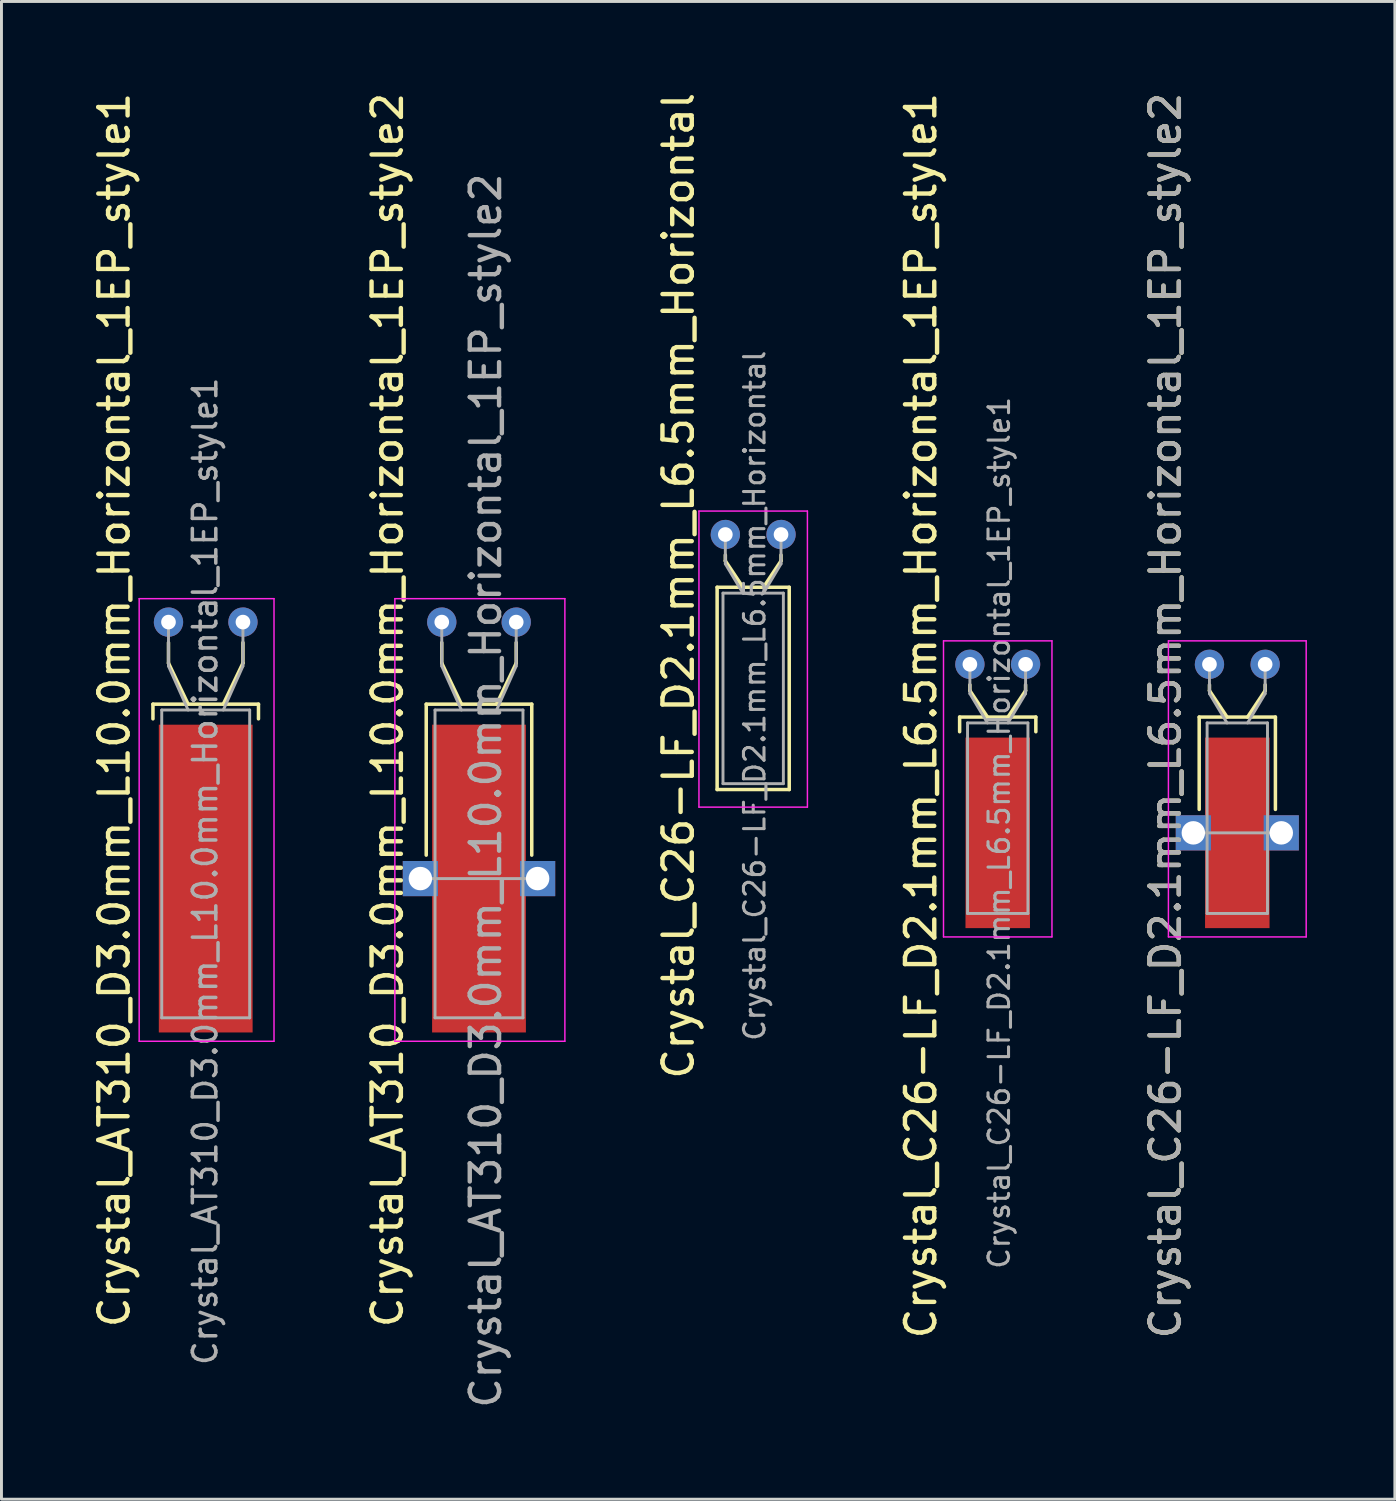
<source format=kicad_pcb>
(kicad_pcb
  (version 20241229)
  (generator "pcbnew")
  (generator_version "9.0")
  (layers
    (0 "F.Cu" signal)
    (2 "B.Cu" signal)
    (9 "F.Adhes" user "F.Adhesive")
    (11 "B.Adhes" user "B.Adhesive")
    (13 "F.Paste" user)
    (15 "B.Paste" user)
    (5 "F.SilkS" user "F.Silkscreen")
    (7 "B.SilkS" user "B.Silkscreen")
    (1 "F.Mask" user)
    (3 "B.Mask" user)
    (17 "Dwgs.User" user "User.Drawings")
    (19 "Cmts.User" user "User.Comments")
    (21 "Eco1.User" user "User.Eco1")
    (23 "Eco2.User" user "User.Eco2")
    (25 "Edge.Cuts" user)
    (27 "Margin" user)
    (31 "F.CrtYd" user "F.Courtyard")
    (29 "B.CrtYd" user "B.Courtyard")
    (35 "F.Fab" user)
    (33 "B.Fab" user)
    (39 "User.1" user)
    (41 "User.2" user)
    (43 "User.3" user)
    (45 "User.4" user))
  (footprint "Crystal_C26-LF_D2.1mm_L6.5mm_Horizontal_1EP_style1"
    (layer "F.Cu")
    (at 30.038 19.613)
    (property "Reference" "Crystal_C26-LF_D2.1mm_L6.5mm_Horizontal_1EP_style1" (at -1.67 1.75 90) (layer "F.SilkS") (effects (font (size 1 1) (thickness 0.15))))
    (attr through_hole)
    (fp_line (start -0.35 1.8) (end 2.25 1.8) (stroke (width 0.12) (type solid)) (layer "F.SilkS"))
    (fp_line (start -0.35 2.3) (end -0.35 1.8) (stroke (width 0.12) (type solid)) (layer "F.SilkS"))
    (fp_line (start 0 0.9) (end 0 0.7) (stroke (width 0.12) (type solid)) (layer "F.SilkS"))
    (fp_line (start 0.6 1.8) (end 0 0.9) (stroke (width 0.12) (type solid)) (layer "F.SilkS"))
    (fp_line (start 1.3 1.8) (end 1.9 0.9) (stroke (width 0.12) (type solid)) (layer "F.SilkS"))
    (fp_line (start 1.9 0.9) (end 1.9 0.7) (stroke (width 0.12) (type solid)) (layer "F.SilkS"))
    (fp_line (start 2.25 1.8) (end 2.25 2.3) (stroke (width 0.12) (type solid)) (layer "F.SilkS"))
    (fp_line (start -0.9 -0.8) (end -0.9 9.3) (stroke (width 0.05) (type solid)) (layer "F.CrtYd"))
    (fp_line (start -0.9 9.3) (end 2.8 9.3) (stroke (width 0.05) (type solid)) (layer "F.CrtYd"))
    (fp_line (start 2.8 -0.8) (end -0.9 -0.8) (stroke (width 0.05) (type solid)) (layer "F.CrtYd"))
    (fp_line (start 2.8 9.3) (end 2.8 -0.8) (stroke (width 0.05) (type solid)) (layer "F.CrtYd"))
    (fp_line (start -0.08 2) (end -0.08 8.5) (stroke (width 0.1) (type solid)) (layer "F.Fab"))
    (fp_line (start -0.08 8.5) (end 1.98 8.5) (stroke (width 0.1) (type solid)) (layer "F.Fab"))
    (fp_line (start 0 1) (end 0 0) (stroke (width 0.1) (type solid)) (layer "F.Fab"))
    (fp_line (start 0.6 2) (end 0 1) (stroke (width 0.1) (type solid)) (layer "F.Fab"))
    (fp_line (start 1.3 2) (end 1.9 1) (stroke (width 0.1) (type solid)) (layer "F.Fab"))
    (fp_line (start 1.9 1) (end 1.9 0) (stroke (width 0.1) (type solid)) (layer "F.Fab"))
    (fp_line (start 1.98 2) (end -0.08 2) (stroke (width 0.1) (type solid)) (layer "F.Fab"))
    (fp_line (start 1.98 8.5) (end 1.98 2) (stroke (width 0.1) (type solid)) (layer "F.Fab"))
    (fp_text user "${REFERENCE}" (at 1 5.75 90) (layer "F.Fab") (effects (font (size 0.7 0.7) (thickness 0.105))))
    (pad "1" thru_hole circle (at 0 0) (size 1 1) (drill 0.5) (layers "*.Cu" "*.Mask"))
    (pad "2" thru_hole circle (at 1.9 0) (size 1 1) (drill 0.5) (layers "*.Cu" "*.Mask"))
    (pad "3" smd rect (at 0.95 5.75) (size 2.2 6.5) (layers "F.Cu" "F.Mask" "F.Paste")))
  (footprint "Crystal_AT310_D3.0mm_L10.0mm_Horizontal_1EP_style2"
    (layer "F.Cu")
    (at 12.021 18.173)
    (property "Reference" "Crystal_AT310_D3.0mm_L10.0mm_Horizontal_1EP_style2" (at -1.85 3 90) (layer "F.SilkS") (effects (font (size 1 1) (thickness 0.15))))
    (attr through_hole)
    (fp_line (start -0.53 2.8) (end 3.07 2.8) (stroke (width 0.12) (type solid)) (layer "F.SilkS"))
    (fp_line (start -0.53 7.95) (end -0.53 2.8) (stroke (width 0.12) (type solid)) (layer "F.SilkS"))
    (fp_line (start 0 1.4) (end 0 0.7) (stroke (width 0.12) (type solid)) (layer "F.SilkS"))
    (fp_line (start 0.67 2.8) (end 0 1.4) (stroke (width 0.12) (type solid)) (layer "F.SilkS"))
    (fp_line (start 1.87 2.8) (end 2.54 1.4) (stroke (width 0.12) (type solid)) (layer "F.SilkS"))
    (fp_line (start 2.54 1.4) (end 2.54 0.7) (stroke (width 0.12) (type solid)) (layer "F.SilkS"))
    (fp_line (start 3.07 2.8) (end 3.07 7.95) (stroke (width 0.12) (type solid)) (layer "F.SilkS"))
    (fp_line (start -1.6 -0.8) (end -1.6 14.3) (stroke (width 0.05) (type solid)) (layer "F.CrtYd"))
    (fp_line (start -1.6 14.3) (end 4.2 14.3) (stroke (width 0.05) (type solid)) (layer "F.CrtYd"))
    (fp_line (start 4.2 -0.8) (end -1.6 -0.8) (stroke (width 0.05) (type solid)) (layer "F.CrtYd"))
    (fp_line (start 4.2 14.3) (end 4.2 -0.8) (stroke (width 0.05) (type solid)) (layer "F.CrtYd"))
    (fp_line (start -0.73 8.75) (end 3.27 8.75) (stroke (width 0.1) (type solid)) (layer "F.Fab"))
    (fp_line (start -0.23 3) (end -0.23 13.5) (stroke (width 0.1) (type solid)) (layer "F.Fab"))
    (fp_line (start -0.23 13.5) (end 2.77 13.5) (stroke (width 0.1) (type solid)) (layer "F.Fab"))
    (fp_line (start 0 1.5) (end 0 0) (stroke (width 0.1) (type solid)) (layer "F.Fab"))
    (fp_line (start 0.67 3) (end 0 1.5) (stroke (width 0.1) (type solid)) (layer "F.Fab"))
    (fp_line (start 1.87 3) (end 2.54 1.5) (stroke (width 0.1) (type solid)) (layer "F.Fab"))
    (fp_line (start 2.54 1.5) (end 2.54 0) (stroke (width 0.1) (type solid)) (layer "F.Fab"))
    (fp_line (start 2.77 3) (end -0.23 3) (stroke (width 0.1) (type solid)) (layer "F.Fab"))
    (fp_line (start 2.77 13.5) (end 2.77 3) (stroke (width 0.1) (type solid)) (layer "F.Fab"))
    (fp_text user "${REFERENCE}" (at 1.5 5.75 90) (layer "F.Fab") (effects (font (size 1 1) (thickness 0.15))))
    (pad "1" thru_hole circle (at 0 0) (size 1 1) (drill 0.5) (layers "*.Cu" "*.Mask"))
    (pad "2" thru_hole circle (at 2.54 0) (size 1 1) (drill 0.5) (layers "*.Cu" "*.Mask"))
    (pad "3" thru_hole rect (at -0.73 8.75) (size 1.2 1.2) (drill 0.8) (layers "*.Cu" "*.Mask"))
    (pad "3" smd rect (at 1.27 8.75) (size 3.2 10.5) (layers "F.Cu" "F.Mask" "F.Paste"))
    (pad "3" thru_hole rect (at 3.27 8.75) (size 1.2 1.2) (drill 0.8) (layers "*.Cu" "*.Mask")))
  (footprint "Crystal_C26-LF_D2.1mm_L6.5mm_Horizontal"
    (layer "F.Cu")
    (at 21.695 15.185)
    (property "Reference" "Crystal_C26-LF_D2.1mm_L6.5mm_Horizontal" (at -1.6 1.75 90) (layer "F.SilkS") (effects (font (size 1 1) (thickness 0.15))))
    (attr through_hole)
    (fp_line (start -0.28 1.8) (end -0.28 8.7) (stroke (width 0.12) (type solid)) (layer "F.SilkS"))
    (fp_line (start -0.28 8.7) (end 2.18 8.7) (stroke (width 0.12) (type solid)) (layer "F.SilkS"))
    (fp_line (start 0 0.9) (end 0 0.7) (stroke (width 0.12) (type solid)) (layer "F.SilkS"))
    (fp_line (start 0.6 1.8) (end 0 0.9) (stroke (width 0.12) (type solid)) (layer "F.SilkS"))
    (fp_line (start 1.3 1.8) (end 1.9 0.9) (stroke (width 0.12) (type solid)) (layer "F.SilkS"))
    (fp_line (start 1.9 0.9) (end 1.9 0.7) (stroke (width 0.12) (type solid)) (layer "F.SilkS"))
    (fp_line (start 2.18 1.8) (end -0.28 1.8) (stroke (width 0.12) (type solid)) (layer "F.SilkS"))
    (fp_line (start 2.18 8.7) (end 2.18 1.8) (stroke (width 0.12) (type solid)) (layer "F.SilkS"))
    (fp_line (start -0.9 -0.8) (end -0.9 9.3) (stroke (width 0.05) (type solid)) (layer "F.CrtYd"))
    (fp_line (start -0.9 9.3) (end 2.8 9.3) (stroke (width 0.05) (type solid)) (layer "F.CrtYd"))
    (fp_line (start 2.8 -0.8) (end -0.9 -0.8) (stroke (width 0.05) (type solid)) (layer "F.CrtYd"))
    (fp_line (start 2.8 9.3) (end 2.8 -0.8) (stroke (width 0.05) (type solid)) (layer "F.CrtYd"))
    (fp_line (start -0.08 2) (end -0.08 8.5) (stroke (width 0.1) (type solid)) (layer "F.Fab"))
    (fp_line (start -0.08 8.5) (end 1.98 8.5) (stroke (width 0.1) (type solid)) (layer "F.Fab"))
    (fp_line (start 0 1) (end 0 0) (stroke (width 0.1) (type solid)) (layer "F.Fab"))
    (fp_line (start 0.6 2) (end 0 1) (stroke (width 0.1) (type solid)) (layer "F.Fab"))
    (fp_line (start 1.3 2) (end 1.9 1) (stroke (width 0.1) (type solid)) (layer "F.Fab"))
    (fp_line (start 1.9 1) (end 1.9 0) (stroke (width 0.1) (type solid)) (layer "F.Fab"))
    (fp_line (start 1.98 2) (end -0.08 2) (stroke (width 0.1) (type solid)) (layer "F.Fab"))
    (fp_line (start 1.98 8.5) (end 1.98 2) (stroke (width 0.1) (type solid)) (layer "F.Fab"))
    (fp_text user "${REFERENCE}" (at 1 5.5 90) (layer "F.Fab") (effects (font (size 0.7 0.7) (thickness 0.105))))
    (pad "1" thru_hole circle (at 0 0) (size 1 1) (drill 0.5) (layers "*.Cu" "*.Mask"))
    (pad "2" thru_hole circle (at 1.9 0) (size 1 1) (drill 0.5) (layers "*.Cu" "*.Mask")))
  (footprint "Crystal_AT310_D3.0mm_L10.0mm_Horizontal_1EP_style1"
    (layer "F.Cu")
    (at 2.698 18.173)
    (property "Reference" "Crystal_AT310_D3.0mm_L10.0mm_Horizontal_1EP_style1" (at -1.85 3 90) (layer "F.SilkS") (effects (font (size 1 1) (thickness 0.15))))
    (attr through_hole)
    (fp_line (start -0.53 2.8) (end 3.07 2.8) (stroke (width 0.12) (type solid)) (layer "F.SilkS"))
    (fp_line (start -0.53 3.3) (end -0.53 2.8) (stroke (width 0.12) (type solid)) (layer "F.SilkS"))
    (fp_line (start 0 1.4) (end 0 0.7) (stroke (width 0.12) (type solid)) (layer "F.SilkS"))
    (fp_line (start 0.67 2.8) (end 0 1.4) (stroke (width 0.12) (type solid)) (layer "F.SilkS"))
    (fp_line (start 1.87 2.8) (end 2.54 1.4) (stroke (width 0.12) (type solid)) (layer "F.SilkS"))
    (fp_line (start 2.54 1.4) (end 2.54 0.7) (stroke (width 0.12) (type solid)) (layer "F.SilkS"))
    (fp_line (start 3.07 2.8) (end 3.07 3.3) (stroke (width 0.12) (type solid)) (layer "F.SilkS"))
    (fp_line (start -1 -0.8) (end -1 14.3) (stroke (width 0.05) (type solid)) (layer "F.CrtYd"))
    (fp_line (start -1 14.3) (end 3.6 14.3) (stroke (width 0.05) (type solid)) (layer "F.CrtYd"))
    (fp_line (start 3.6 -0.8) (end -1 -0.8) (stroke (width 0.05) (type solid)) (layer "F.CrtYd"))
    (fp_line (start 3.6 14.3) (end 3.6 -0.8) (stroke (width 0.05) (type solid)) (layer "F.CrtYd"))
    (fp_line (start -0.23 3) (end -0.23 13.5) (stroke (width 0.1) (type solid)) (layer "F.Fab"))
    (fp_line (start -0.23 13.5) (end 2.77 13.5) (stroke (width 0.1) (type solid)) (layer "F.Fab"))
    (fp_line (start 0 1.5) (end 0 0) (stroke (width 0.1) (type solid)) (layer "F.Fab"))
    (fp_line (start 0.67 3) (end 0 1.5) (stroke (width 0.1) (type solid)) (layer "F.Fab"))
    (fp_line (start 1.87 3) (end 2.54 1.5) (stroke (width 0.1) (type solid)) (layer "F.Fab"))
    (fp_line (start 2.54 1.5) (end 2.54 0) (stroke (width 0.1) (type solid)) (layer "F.Fab"))
    (fp_line (start 2.77 3) (end -0.23 3) (stroke (width 0.1) (type solid)) (layer "F.Fab"))
    (fp_line (start 2.77 13.5) (end 2.77 3) (stroke (width 0.1) (type solid)) (layer "F.Fab"))
    (fp_text user "${REFERENCE}" (at 1.25 8.5 90) (layer "F.Fab") (effects (font (size 0.8 0.8) (thickness 0.12))))
    (pad "1" thru_hole circle (at 0 0) (size 1 1) (drill 0.5) (layers "*.Cu" "*.Mask"))
    (pad "2" thru_hole circle (at 2.54 0) (size 1 1) (drill 0.5) (layers "*.Cu" "*.Mask"))
    (pad "3" smd rect (at 1.27 8.75) (size 3.2 10.5) (layers "F.Cu" "F.Mask" "F.Paste")))
  (footprint "Crystal_C26-LF_D2.1mm_L6.5mm_Horizontal_1EP_style2"
    (layer "F.Cu")
    (at 38.211 19.613)
    (property "Reference" "Crystal_C26-LF_D2.1mm_L6.5mm_Horizontal_1EP_style2" (at -1.5 1.75 90) (layer "F.SilkS") (effects (font (size 1 1) (thickness 0.15))))
    (attr through_hole)
    (fp_line (start -0.35 1.8) (end 2.25 1.8) (stroke (width 0.12) (type solid)) (layer "F.SilkS"))
    (fp_line (start -0.35 4.95) (end -0.35 1.8) (stroke (width 0.12) (type solid)) (layer "F.SilkS"))
    (fp_line (start 0 0.9) (end 0 0.7) (stroke (width 0.12) (type solid)) (layer "F.SilkS"))
    (fp_line (start 0.6 1.8) (end 0 0.9) (stroke (width 0.12) (type solid)) (layer "F.SilkS"))
    (fp_line (start 1.3 1.8) (end 1.9 0.9) (stroke (width 0.12) (type solid)) (layer "F.SilkS"))
    (fp_line (start 1.9 0.9) (end 1.9 0.7) (stroke (width 0.12) (type solid)) (layer "F.SilkS"))
    (fp_line (start 2.25 1.8) (end 2.25 4.95) (stroke (width 0.12) (type solid)) (layer "F.SilkS"))
    (fp_line (start -1.4 -0.8) (end -1.4 9.3) (stroke (width 0.05) (type solid)) (layer "F.CrtYd"))
    (fp_line (start -1.4 9.3) (end 3.3 9.3) (stroke (width 0.05) (type solid)) (layer "F.CrtYd"))
    (fp_line (start 3.3 -0.8) (end -1.4 -0.8) (stroke (width 0.05) (type solid)) (layer "F.CrtYd"))
    (fp_line (start 3.3 9.3) (end 3.3 -0.8) (stroke (width 0.05) (type solid)) (layer "F.CrtYd"))
    (fp_line (start -0.55 5.75) (end 2.45 5.75) (stroke (width 0.1) (type solid)) (layer "F.Fab"))
    (fp_line (start -0.08 2) (end -0.08 8.5) (stroke (width 0.1) (type solid)) (layer "F.Fab"))
    (fp_line (start -0.08 8.5) (end 1.98 8.5) (stroke (width 0.1) (type solid)) (layer "F.Fab"))
    (fp_line (start 0 1) (end 0 0) (stroke (width 0.1) (type solid)) (layer "F.Fab"))
    (fp_line (start 0.6 2) (end 0 1) (stroke (width 0.1) (type solid)) (layer "F.Fab"))
    (fp_line (start 1.3 2) (end 1.9 1) (stroke (width 0.1) (type solid)) (layer "F.Fab"))
    (fp_line (start 1.9 1) (end 1.9 0) (stroke (width 0.1) (type solid)) (layer "F.Fab"))
    (fp_line (start 1.98 2) (end -0.08 2) (stroke (width 0.1) (type solid)) (layer "F.Fab"))
    (fp_line (start 1.98 8.5) (end 1.98 2) (stroke (width 0.1) (type solid)) (layer "F.Fab"))
    (fp_text user "${REFERENCE}" (at -1.5 1.75 90) (layer "F.Fab") (effects (font (size 1 1) (thickness 0.15))))
    (pad "1" thru_hole circle (at 0 0) (size 1 1) (drill 0.5) (layers "*.Cu" "*.Mask"))
    (pad "2" thru_hole circle (at 1.9 0) (size 1 1) (drill 0.5) (layers "*.Cu" "*.Mask"))
    (pad "3" thru_hole rect (at -0.55 5.75) (size 1.2 1.2) (drill 0.8) (layers "*.Cu" "*.Mask"))
    (pad "3" smd rect (at 0.95 5.75) (size 2.2 6.5) (layers "F.Cu" "F.Mask" "F.Paste"))
    (pad "3" thru_hole rect (at 2.45 5.75) (size 1.2 1.2) (drill 0.8) (layers "*.Cu" "*.Mask")))
  (gr_rect
    (start -3 -3)
    (end 44.536 48.095)
    (stroke (width 0.1) (type default))
    (fill no)
    (layer "Edge.Cuts")))
</source>
